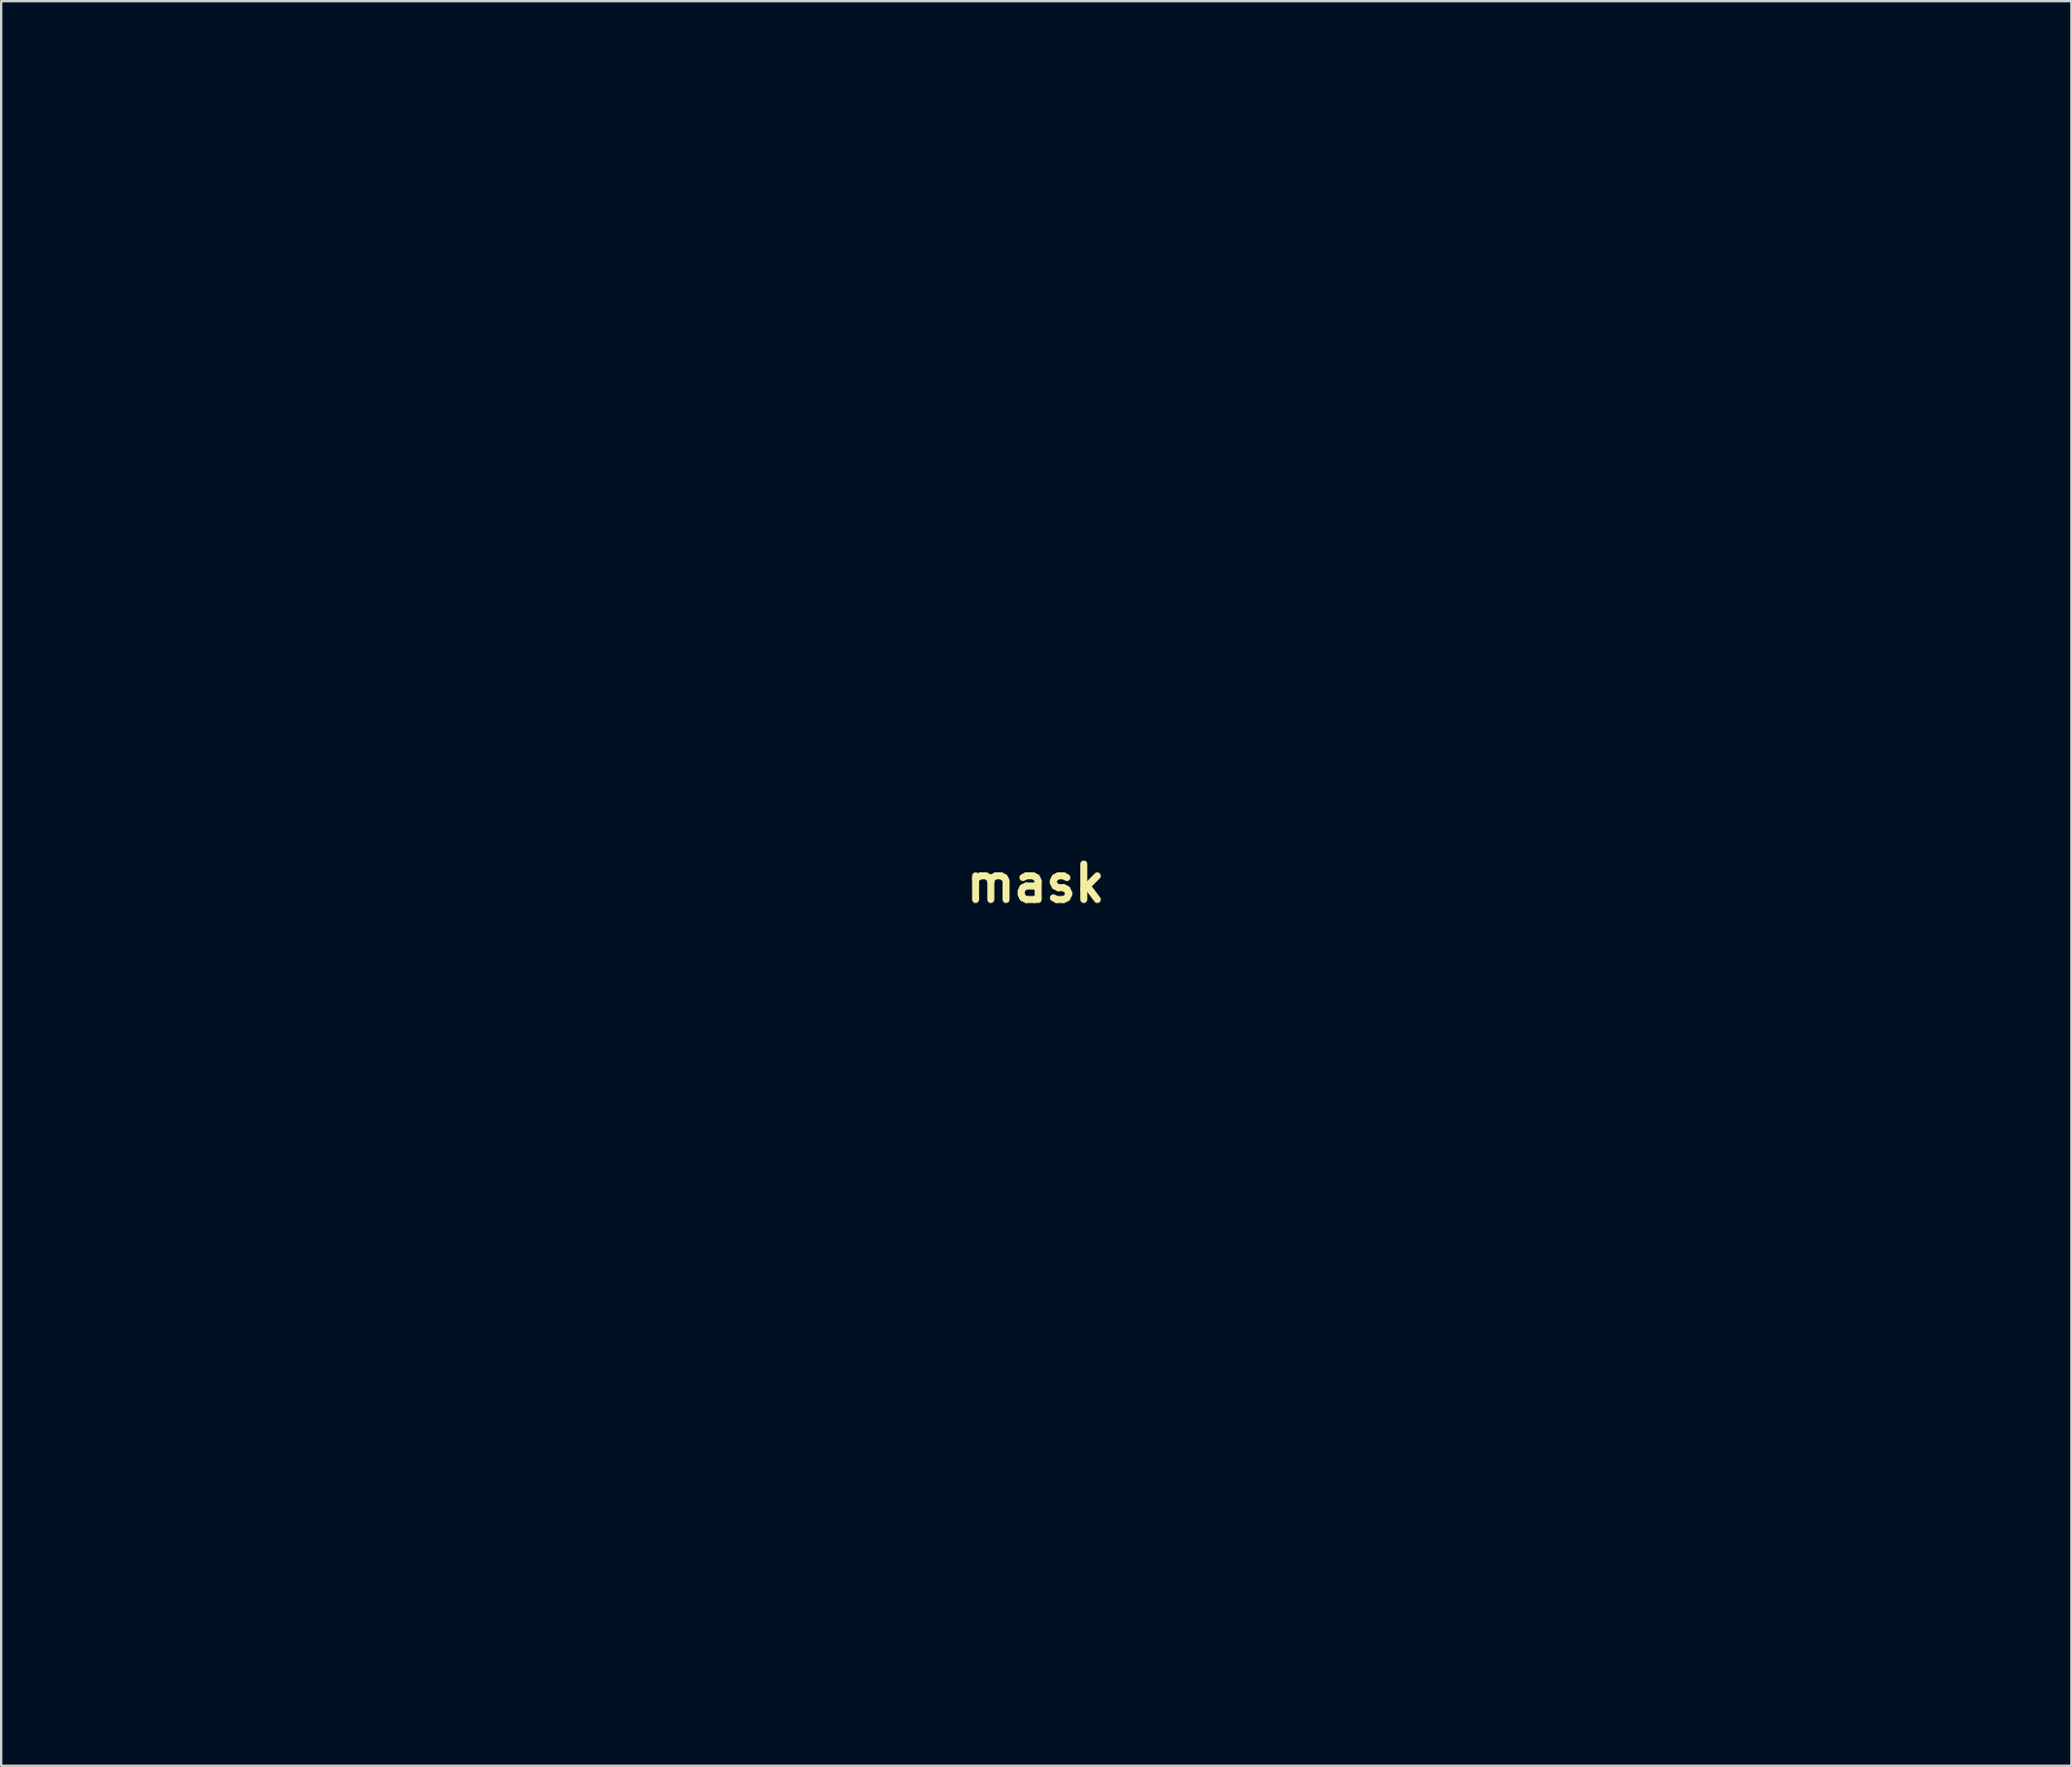
<source format=kicad_pcb>
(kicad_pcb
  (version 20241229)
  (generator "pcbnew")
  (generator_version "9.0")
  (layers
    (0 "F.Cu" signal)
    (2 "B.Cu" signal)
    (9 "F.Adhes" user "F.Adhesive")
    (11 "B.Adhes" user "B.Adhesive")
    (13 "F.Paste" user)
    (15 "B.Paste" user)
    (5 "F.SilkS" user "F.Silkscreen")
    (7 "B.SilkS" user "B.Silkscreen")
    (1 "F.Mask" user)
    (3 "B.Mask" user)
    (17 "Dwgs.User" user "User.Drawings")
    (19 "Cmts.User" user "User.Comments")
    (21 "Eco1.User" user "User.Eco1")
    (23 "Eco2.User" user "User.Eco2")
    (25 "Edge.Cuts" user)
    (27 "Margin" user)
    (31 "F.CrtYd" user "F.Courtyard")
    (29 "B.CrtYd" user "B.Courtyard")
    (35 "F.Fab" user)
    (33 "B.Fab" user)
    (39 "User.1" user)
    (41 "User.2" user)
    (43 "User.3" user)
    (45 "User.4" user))
  (footprint "mask"
    (layer "F.Cu")
    (at 41.409 34.883)
    (property "Reference" "mask" (at 0 0 0) (layer "F.SilkS") (effects (font (size 1.524 1.524) (thickness 0.3))))
    (attr board_only exclude_from_pos_files exclude_from_bom)
    (fp_poly (pts (xy 0.079 1.076) (xy 0.501 1.088) (xy 0.843 1.107) (xy 1.047 1.129) (xy 1.265 1.157) (xy 1.563 1.19) (xy 1.909 1.225) (xy 2.269 1.259) (xy 2.433 1.274) (xy 2.792 1.308) (xy 3.155 1.346) (xy 3.487 1.386) (xy 3.756 1.422) (xy 3.847 1.437) (xy 4.123 1.484) (xy 4.406 1.533) (xy 4.642 1.573) (xy 4.667 1.578) (xy 4.921 1.612) (xy 5.193 1.633) (xy 5.323 1.637) (xy 5.566 1.653) (xy 5.819 1.696) (xy 5.917 1.721) (xy 6.133 1.772) (xy 6.35 1.803) (xy 6.421 1.806) (xy 6.622 1.825) (xy 6.846 1.869) (xy 6.905 1.886) (xy 7.093 1.93) (xy 7.341 1.971) (xy 7.599 2.002) (xy 7.613 2.003) (xy 7.873 2.033) (xy 8.132 2.075) (xy 8.334 2.12) (xy 8.34 2.122) (xy 8.575 2.171) (xy 8.825 2.199) (xy 8.899 2.201) (xy 9.116 2.213) (xy 9.325 2.242) (xy 9.384 2.256) (xy 9.573 2.297) (xy 9.794 2.335) (xy 9.858 2.344) (xy 10.128 2.378) (xy 10.094 2.925) (xy 10.07 3.203) (xy 10.035 3.475) (xy 9.995 3.698) (xy 9.98 3.762) (xy 9.931 3.999) (xy 9.903 4.251) (xy 9.9 4.337) (xy 9.889 4.536) (xy 9.861 4.709) (xy 9.845 4.764) (xy 9.82 4.873) (xy 9.791 5.068) (xy 9.76 5.324) (xy 9.732 5.613) (xy 9.728 5.657) (xy 9.697 5.97) (xy 9.66 6.273) (xy 9.622 6.533) (xy 9.585 6.716) (xy 9.584 6.721) (xy 9.538 6.946) (xy 9.509 7.17) (xy 9.504 7.27) (xy 9.49 7.487) (xy 9.455 7.714) (xy 9.448 7.746) (xy 9.425 7.88) (xy 9.397 8.103) (xy 9.364 8.392) (xy 9.331 8.724) (xy 9.304 9.031) (xy 9.26 9.53) (xy 9.215 10.006) (xy 9.17 10.446) (xy 9.127 10.833) (xy 9.087 11.151) (xy 9.054 11.387) (xy 9.029 11.515) (xy 9.013 11.621) (xy 8.992 11.814) (xy 8.968 12.072) (xy 8.945 12.368) (xy 8.937 12.474) (xy 8.911 12.794) (xy 8.879 13.098) (xy 8.845 13.358) (xy 8.812 13.542) (xy 8.804 13.573) (xy 8.729 13.853) (xy 8.253 13.95) (xy 7.985 14.008) (xy 7.713 14.072) (xy 7.491 14.13) (xy 7.467 14.137) (xy 7.239 14.193) (xy 6.966 14.248) (xy 6.76 14.281) (xy 6.564 14.309) (xy 6.383 14.339) (xy 6.193 14.375) (xy 5.966 14.423) (xy 5.677 14.488) (xy 5.362 14.561) (xy 5.089 14.615) (xy 4.81 14.656) (xy 4.577 14.675) (xy 4.537 14.676) (xy 4.295 14.69) (xy 4.048 14.728) (xy 3.937 14.756) (xy 3.768 14.793) (xy 3.523 14.829) (xy 3.239 14.859) (xy 3.037 14.875) (xy 2.731 14.899) (xy 2.419 14.932) (xy 2.147 14.969) (xy 2.019 14.992) (xy 1.768 15.03) (xy 1.465 15.059) (xy 1.172 15.071) (xy 1.142 15.071) (xy 0.889 15.077) (xy 0.656 15.093) (xy 0.483 15.116) (xy 0.453 15.123) (xy 0.315 15.143) (xy 0.082 15.161) (xy -0.228 15.177) (xy -0.597 15.189) (xy -1.006 15.197) (xy -1.438 15.202) (xy -1.875 15.203) (xy -2.298 15.2) (xy -2.689 15.192) (xy -2.998 15.18) (xy -3.495 15.154) (xy -3.945 15.125) (xy -4.337 15.096) (xy -4.658 15.066) (xy -4.897 15.037) (xy -5.04 15.01) (xy -5.072 14.998) (xy -5.151 14.978) (xy -5.319 14.954) (xy -5.551 14.928) (xy -5.823 14.903) (xy -5.836 14.902) (xy -6.745 14.802) (xy -7.611 14.651) (xy -7.92 14.581) (xy -8.166 14.525) (xy -8.419 14.472) (xy -8.57 14.444) (xy -9.104 14.343) (xy -9.714 14.209) (xy -10.211 14.09) (xy -10.476 14.025) (xy -10.725 13.966) (xy -10.922 13.92) (xy -10.996 13.904) (xy -11.122 13.869) (xy -11.2 13.813) (xy -11.258 13.705) (xy -11.313 13.54) (xy -11.355 13.355) (xy -11.396 13.093) (xy -11.43 12.792) (xy -11.451 12.524) (xy -11.471 12.227) (xy -11.498 11.946) (xy -11.526 11.713) (xy -11.551 11.571) (xy -11.582 11.401) (xy -11.615 11.159) (xy -11.644 10.886) (xy -11.656 10.753) (xy -11.684 10.432) (xy -11.717 10.08) (xy -11.751 9.759) (xy -11.76 9.68) (xy -11.79 9.41) (xy -11.824 9.074) (xy -11.857 8.721) (xy -11.88 8.467) (xy -11.928 7.947) (xy -11.971 7.526) (xy -12.013 7.19) (xy -12.055 6.927) (xy -12.097 6.721) (xy -12.098 6.717) (xy -12.131 6.549) (xy -12.171 6.278) (xy -12.219 5.917) (xy -12.271 5.475) (xy -12.328 4.963) (xy -12.385 4.428) (xy -12.41 4.221) (xy -12.438 4.057) (xy -12.463 3.969) (xy -12.464 3.968) (xy -12.481 3.897) (xy -12.507 3.742) (xy -12.537 3.528) (xy -12.57 3.279) (xy -12.601 3.021) (xy -12.628 2.779) (xy -12.648 2.576) (xy -12.658 2.439) (xy -12.656 2.393) (xy -12.595 2.378) (xy -12.446 2.352) (xy -12.234 2.319) (xy -11.983 2.282) (xy -11.717 2.246) (xy -11.461 2.214) (xy -11.371 2.203) (xy -11.143 2.172) (xy -10.942 2.136) (xy -10.81 2.102) (xy -10.805 2.1) (xy -10.683 2.07) (xy -10.486 2.038) (xy -10.25 2.01) (xy -10.187 2.004) (xy -9.942 1.978) (xy -9.72 1.946) (xy -9.56 1.914) (xy -9.536 1.907) (xy -9.386 1.871) (xy -9.175 1.833) (xy -8.995 1.807) (xy -8.723 1.77) (xy -8.424 1.726) (xy -8.259 1.701) (xy -8.038 1.668) (xy -7.75 1.63) (xy -7.444 1.594) (xy -7.298 1.578) (xy -6.859 1.529) (xy -6.508 1.483) (xy -6.223 1.437) (xy -5.979 1.387) (xy -5.883 1.365) (xy -5.652 1.321) (xy -5.323 1.28) (xy -4.911 1.241) (xy -4.43 1.205) (xy -3.896 1.172) (xy -3.324 1.143) (xy -2.728 1.118) (xy -2.124 1.098) (xy -1.526 1.083) (xy -0.949 1.074) (xy -0.409 1.072)) (stroke (width 0) (type solid)) (fill yes) (layer "F.Mask"))
    (fp_poly (pts (xy 41.466 34.883) (xy 29.17 34.883) (xy 29.431 34.633) (xy 29.664 34.336) (xy 29.811 33.988) (xy 29.871 33.613) (xy 29.843 33.234) (xy 29.726 32.874) (xy 29.52 32.559) (xy 29.328 32.368) (xy 29.07 32.15) (xy 28.774 31.926) (xy 28.47 31.716) (xy 28.185 31.541) (xy 27.947 31.421) (xy 27.91 31.406) (xy 27.729 31.323) (xy 27.504 31.2) (xy 27.281 31.064) (xy 27.273 31.059) (xy 26.884 30.825) (xy 26.444 30.597) (xy 26.004 30.401) (xy 25.743 30.302) (xy 25.528 30.219) (xy 25.322 30.124) (xy 25.234 30.077) (xy 25.008 29.958) (xy 24.694 29.815) (xy 24.313 29.656) (xy 23.885 29.488) (xy 23.431 29.32) (xy 22.971 29.159) (xy 22.526 29.013) (xy 22.345 28.958) (xy 21.932 28.827) (xy 21.548 28.695) (xy 21.226 28.571) (xy 21.12 28.527) (xy 20.972 28.472) (xy 20.856 28.448) (xy 20.852 28.448) (xy 20.76 28.43) (xy 20.592 28.382) (xy 20.377 28.312) (xy 20.266 28.274) (xy 20.006 28.189) (xy 19.749 28.114) (xy 19.539 28.063) (xy 19.488 28.053) (xy 19.298 28.013) (xy 19.048 27.951) (xy 18.784 27.879) (xy 18.725 27.861) (xy 18.494 27.796) (xy 18.295 27.746) (xy 18.159 27.719) (xy 18.131 27.716) (xy 18.022 27.7) (xy 17.843 27.659) (xy 17.632 27.601) (xy 17.622 27.598) (xy 17.233 27.484) (xy 16.933 27.4) (xy 16.705 27.341) (xy 16.53 27.302) (xy 16.462 27.289) (xy 16.299 27.259) (xy 16.08 27.216) (xy 15.896 27.177) (xy 15.531 27.1) (xy 15.25 27.044) (xy 15.027 27.003) (xy 14.835 26.973) (xy 14.647 26.949) (xy 14.625 26.946) (xy 14.405 26.912) (xy 14.201 26.864) (xy 14.104 26.831) (xy 13.92 26.78) (xy 13.714 26.755) (xy 13.688 26.755) (xy 13.512 26.741) (xy 13.371 26.707) (xy 13.35 26.698) (xy 13.254 26.669) (xy 13.072 26.634) (xy 12.83 26.596) (xy 12.565 26.562) (xy 12.295 26.528) (xy 12.064 26.493) (xy 11.895 26.462) (xy 11.814 26.439) (xy 11.725 26.412) (xy 11.558 26.383) (xy 11.345 26.357) (xy 11.316 26.354) (xy 11.031 26.324) (xy 10.72 26.285) (xy 10.494 26.252) (xy 10.238 26.218) (xy 9.931 26.185) (xy 9.634 26.159) (xy 9.603 26.157) (xy 9.108 26.124) (xy 9.108 23.8) (xy 9.109 23.232) (xy 9.112 22.641) (xy 9.116 22.052) (xy 9.122 21.485) (xy 9.129 20.965) (xy 9.137 20.512) (xy 9.145 20.161) (xy 9.183 18.844) (xy 9.662 18.439) (xy 9.906 18.226) (xy 10.163 17.991) (xy 10.393 17.771) (xy 10.487 17.675) (xy 10.691 17.464) (xy 10.909 17.239) (xy 11.097 17.045) (xy 11.116 17.025) (xy 11.568 16.557) (xy 11.948 16.158) (xy 12.264 15.818) (xy 12.527 15.529) (xy 12.745 15.279) (xy 12.926 15.06) (xy 12.962 15.014) (xy 13.154 14.774) (xy 13.354 14.528) (xy 13.531 14.312) (xy 13.605 14.224) (xy 13.779 14.012) (xy 13.974 13.764) (xy 14.132 13.556) (xy 14.303 13.326) (xy 14.489 13.076) (xy 14.635 12.879) (xy 14.819 12.623) (xy 15.041 12.303) (xy 15.279 11.95) (xy 15.513 11.596) (xy 15.721 11.273) (xy 15.857 11.053) (xy 16.005 10.808) (xy 16.171 10.534) (xy 16.295 10.329) (xy 16.407 10.135) (xy 16.549 9.872) (xy 16.704 9.574) (xy 16.854 9.275) (xy 16.862 9.257) (xy 16.993 8.99) (xy 17.111 8.752) (xy 17.204 8.566) (xy 17.262 8.453) (xy 17.269 8.438) (xy 17.353 8.281) (xy 17.464 8.06) (xy 17.59 7.804) (xy 17.716 7.542) (xy 17.829 7.301) (xy 17.915 7.11) (xy 17.957 7.01) (xy 18.014 6.857) (xy 18.095 6.639) (xy 18.184 6.4) (xy 18.201 6.354) (xy 18.294 6.12) (xy 18.372 5.971) (xy 18.451 5.882) (xy 18.532 5.835) (xy 18.655 5.782) (xy 18.85 5.698) (xy 19.084 5.598) (xy 19.218 5.541) (xy 19.605 5.361) (xy 19.948 5.166) (xy 20.263 4.942) (xy 20.568 4.674) (xy 20.877 4.349) (xy 21.207 3.952) (xy 21.561 3.487) (xy 21.708 3.263) (xy 21.88 2.962) (xy 22.062 2.612) (xy 22.242 2.241) (xy 22.405 1.879) (xy 22.536 1.553) (xy 22.596 1.383) (xy 22.654 1.201) (xy 22.734 0.954) (xy 22.822 0.683) (xy 22.86 0.564) (xy 22.964 0.176) (xy 23.042 -0.277) (xy 23.095 -0.807) (xy 23.126 -1.425) (xy 23.135 -1.998) (xy 23.137 -2.613) (xy 23.717 -3.183) (xy 24.024 -3.489) (xy 24.333 -3.805) (xy 24.633 -4.118) (xy 24.911 -4.415) (xy 25.156 -4.683) (xy 25.356 -4.91) (xy 25.499 -5.083) (xy 25.572 -5.186) (xy 25.67 -5.344) (xy 25.785 -5.506) (xy 25.786 -5.508) (xy 25.965 -5.744) (xy 26.146 -5.996) (xy 26.315 -6.24) (xy 26.455 -6.454) (xy 26.553 -6.616) (xy 26.587 -6.685) (xy 26.615 -6.816) (xy 26.635 -7.018) (xy 26.644 -7.249) (xy 26.644 -7.271) (xy 26.634 -7.544) (xy 26.597 -7.757) (xy 26.523 -7.962) (xy 26.499 -8.015) (xy 26.373 -8.256) (xy 26.24 -8.436) (xy 26.068 -8.585) (xy 25.83 -8.732) (xy 25.721 -8.791) (xy 25.334 -8.994) (xy 25.549 -9.098) (xy 25.871 -9.317) (xy 26.14 -9.631) (xy 26.35 -10.035) (xy 26.45 -10.329) (xy 26.508 -10.527) (xy 26.564 -10.71) (xy 26.579 -10.753) (xy 26.649 -10.962) (xy 26.705 -11.135) (xy 26.749 -11.289) (xy 26.783 -11.439) (xy 26.807 -11.599) (xy 26.823 -11.786) (xy 26.833 -12.014) (xy 26.839 -12.3) (xy 26.841 -12.658) (xy 26.841 -13.104) (xy 26.841 -13.434) (xy 26.841 -13.961) (xy 26.839 -14.388) (xy 26.835 -14.728) (xy 26.827 -14.996) (xy 26.817 -15.203) (xy 26.802 -15.363) (xy 26.782 -15.49) (xy 26.758 -15.596) (xy 26.744 -15.644) (xy 26.688 -15.852) (xy 26.652 -16.044) (xy 26.645 -16.137) (xy 26.624 -16.308) (xy 26.573 -16.499) (xy 26.564 -16.523) (xy 26.508 -16.714) (xy 26.462 -16.94) (xy 26.451 -17.018) (xy 26.413 -17.22) (xy 26.347 -17.469) (xy 26.273 -17.695) (xy 26.193 -17.922) (xy 26.123 -18.135) (xy 26.077 -18.288) (xy 26.026 -18.455) (xy 25.953 -18.667) (xy 25.904 -18.796) (xy 25.814 -19.031) (xy 25.721 -19.279) (xy 25.68 -19.389) (xy 25.605 -19.569) (xy 25.486 -19.829) (xy 25.331 -20.147) (xy 25.153 -20.505) (xy 24.96 -20.882) (xy 24.763 -21.258) (xy 24.573 -21.615) (xy 24.399 -21.931) (xy 24.252 -22.187) (xy 24.163 -22.331) (xy 23.893 -22.739) (xy 23.638 -23.107) (xy 23.372 -23.472) (xy 23.067 -23.869) (xy 22.925 -24.051) (xy 22.757 -24.265) (xy 22.577 -24.497) (xy 22.466 -24.639) (xy 22.276 -24.867) (xy 22.019 -25.147) (xy 21.712 -25.466) (xy 21.37 -25.806) (xy 21.009 -26.154) (xy 20.646 -26.494) (xy 20.296 -26.812) (xy 19.975 -27.09) (xy 19.699 -27.316) (xy 19.488 -27.47) (xy 19.318 -27.586) (xy 19.162 -27.694) (xy 19.121 -27.724) (xy 18.98 -27.822) (xy 18.744 -27.981) (xy 18.415 -28.199) (xy 18.004 -28.469) (xy 17.82 -28.589) (xy 17.963 -28.694) (xy 18.138 -28.885) (xy 18.28 -29.173) (xy 18.383 -29.537) (xy 18.423 -29.925) (xy 18.367 -30.288) (xy 18.233 -30.621) (xy 18.059 -30.916) (xy 17.876 -31.122) (xy 17.678 -31.256) (xy 17.554 -31.33) (xy 17.373 -31.451) (xy 17.17 -31.596) (xy 17.112 -31.638) (xy 16.861 -31.812) (xy 16.574 -31.989) (xy 16.311 -32.133) (xy 16.297 -32.14) (xy 16.044 -32.269) (xy 15.779 -32.412) (xy 15.559 -32.539) (xy 15.554 -32.542) (xy 15.384 -32.641) (xy 15.251 -32.712) (xy 15.185 -32.738) (xy 15.116 -32.762) (xy 14.976 -32.826) (xy 14.791 -32.918) (xy 14.757 -32.935) (xy 14.564 -33.031) (xy 14.404 -33.101) (xy 14.308 -33.133) (xy 14.301 -33.133) (xy 14.203 -33.159) (xy 14.067 -33.221) (xy 14.058 -33.225) (xy 13.917 -33.29) (xy 13.692 -33.381) (xy 13.409 -33.487) (xy 13.092 -33.601) (xy 12.765 -33.713) (xy 12.452 -33.814) (xy 12.445 -33.816) (xy 12.186 -33.897) (xy 11.906 -33.986) (xy 11.738 -34.04) (xy 11.53 -34.099) (xy 11.34 -34.138) (xy 11.238 -34.149) (xy 11.089 -34.164) (xy 10.891 -34.204) (xy 10.785 -34.231) (xy 10.597 -34.273) (xy 10.34 -34.318) (xy 10.056 -34.359) (xy 9.928 -34.374) (xy 9.629 -34.407) (xy 9.319 -34.443) (xy 9.049 -34.476) (xy 8.966 -34.487) (xy 8.568 -34.522) (xy 8.089 -34.536) (xy 7.551 -34.531) (xy 6.973 -34.508) (xy 6.378 -34.47) (xy 5.784 -34.418) (xy 5.212 -34.354) (xy 4.684 -34.278) (xy 4.219 -34.194) (xy 3.837 -34.102) (xy 3.705 -34.061) (xy 3.512 -34.009) (xy 3.277 -33.963) (xy 3.168 -33.947) (xy 2.951 -33.905) (xy 2.69 -33.833) (xy 2.461 -33.754) (xy 2.197 -33.657) (xy 1.91 -33.561) (xy 1.697 -33.498) (xy 1.419 -33.412) (xy 1.102 -33.299) (xy 0.787 -33.174) (xy 0.514 -33.053) (xy 0.383 -32.987) (xy 0.276 -32.934) (xy 0.089 -32.848) (xy -0.155 -32.738) (xy -0.432 -32.616) (xy -0.524 -32.576) (xy -1.277 -32.25) (xy -2.046 -32.621) (xy -2.385 -32.784) (xy -2.644 -32.907) (xy -2.846 -33) (xy -3.012 -33.072) (xy -3.164 -33.133) (xy -3.324 -33.193) (xy -3.394 -33.219) (xy -3.752 -33.343) (xy -4.038 -33.433) (xy -4.284 -33.497) (xy -4.469 -33.535) (xy -4.713 -33.585) (xy -4.967 -33.645) (xy -5.063 -33.671) (xy -5.229 -33.71) (xy -5.475 -33.76) (xy -5.767 -33.813) (xy -6.073 -33.864) (xy -6.081 -33.865) (xy -6.465 -33.912) (xy -6.92 -33.948) (xy -7.421 -33.972) (xy -7.943 -33.983) (xy -8.46 -33.983) (xy -8.946 -33.97) (xy -9.376 -33.944) (xy -9.725 -33.906) (xy -9.787 -33.896) (xy -10.189 -33.824) (xy -10.492 -33.765) (xy -10.708 -33.716) (xy -10.849 -33.674) (xy -10.905 -33.65) (xy -11.014 -33.616) (xy -11.19 -33.582) (xy -11.319 -33.565) (xy -11.536 -33.527) (xy -11.802 -33.462) (xy -12.054 -33.385) (xy -12.29 -33.307) (xy -12.515 -33.236) (xy -12.682 -33.188) (xy -12.69 -33.186) (xy -12.861 -33.129) (xy -13.076 -33.041) (xy -13.227 -32.97) (xy -13.422 -32.877) (xy -13.596 -32.802) (xy -13.69 -32.767) (xy -13.825 -32.716) (xy -14.028 -32.626) (xy -14.277 -32.509) (xy -14.55 -32.375) (xy -14.826 -32.234) (xy -15.084 -32.099) (xy -15.302 -31.979) (xy -15.458 -31.886) (xy -15.529 -31.834) (xy -15.63 -31.75) (xy -15.701 -31.722) (xy -15.78 -31.69) (xy -15.918 -31.607) (xy -16.074 -31.499) (xy -16.419 -31.242) (xy -16.765 -30.979) (xy -17.091 -30.727) (xy -17.376 -30.502) (xy -17.598 -30.32) (xy -17.659 -30.268) (xy -17.809 -30.145) (xy -17.927 -30.058) (xy -17.985 -30.028) (xy -18.039 -29.99) (xy -18.158 -29.885) (xy -18.328 -29.728) (xy -18.533 -29.532) (xy -18.759 -29.311) (xy -18.993 -29.08) (xy -19.218 -28.853) (xy -19.423 -28.643) (xy -19.591 -28.466) (xy -19.675 -28.373) (xy -19.818 -28.2) (xy -19.94 -28.033) (xy -20 -27.935) (xy -20.071 -27.823) (xy -20.127 -27.771) (xy -20.13 -27.771) (xy -20.184 -27.729) (xy -20.293 -27.616) (xy -20.44 -27.449) (xy -20.61 -27.246) (xy -20.789 -27.025) (xy -20.947 -26.821) (xy -21.047 -26.684) (xy -21.19 -26.477) (xy -21.359 -26.228) (xy -21.537 -25.962) (xy -21.706 -25.706) (xy -21.849 -25.485) (xy -21.925 -25.364) (xy -22.01 -25.231) (xy -22.133 -25.041) (xy -22.271 -24.833) (xy -22.293 -24.799) (xy -22.386 -24.649) (xy -22.507 -24.436) (xy -22.646 -24.18) (xy -22.793 -23.9) (xy -22.939 -23.616) (xy -23.073 -23.347) (xy -23.185 -23.113) (xy -23.266 -22.933) (xy -23.305 -22.828) (xy -23.307 -22.814) (xy -23.331 -22.747) (xy -23.394 -22.605) (xy -23.486 -22.411) (xy -23.543 -22.296) (xy -23.659 -22.047) (xy -23.763 -21.797) (xy -23.836 -21.59) (xy -23.85 -21.536) (xy -23.905 -21.337) (xy -23.983 -21.085) (xy -24.066 -20.834) (xy -24.068 -20.828) (xy -24.215 -20.402) (xy -24.329 -20.062) (xy -24.417 -19.788) (xy -24.485 -19.56) (xy -24.538 -19.358) (xy -24.583 -19.162) (xy -24.624 -18.951) (xy -24.642 -18.852) (xy -24.688 -18.58) (xy -24.74 -18.249) (xy -24.789 -17.912) (xy -24.811 -17.752) (xy -24.851 -17.46) (xy -24.893 -17.174) (xy -24.932 -16.933) (xy -24.952 -16.82) (xy -24.978 -16.628) (xy -25 -16.343) (xy -25.018 -15.989) (xy -25.033 -15.586) (xy -25.042 -15.156) (xy -25.047 -14.72) (xy -25.047 -14.3) (xy -25.041 -13.918) (xy -25.029 -13.593) (xy -25.011 -13.349) (xy -24.949 -12.782) (xy -24.896 -12.317) (xy -24.851 -11.948) (xy -24.813 -11.663) (xy -24.782 -11.455) (xy -24.755 -11.314) (xy -24.731 -11.232) (xy -24.731 -11.231) (xy -24.695 -11.117) (xy -24.644 -10.924) (xy -24.587 -10.684) (xy -24.551 -10.527) (xy -24.489 -10.255) (xy -24.423 -9.994) (xy -24.365 -9.785) (xy -24.34 -9.708) (xy -24.272 -9.517) (xy -24.179 -9.265) (xy -24.07 -8.979) (xy -23.957 -8.683) (xy -23.85 -8.407) (xy -23.758 -8.174) (xy -23.692 -8.013) (xy -23.678 -7.98) (xy -23.631 -7.857) (xy -23.646 -7.79) (xy -23.733 -7.732) (xy -23.737 -7.73) (xy -23.886 -7.614) (xy -24.066 -7.417) (xy -24.262 -7.158) (xy -24.413 -6.927) (xy -24.538 -6.727) (xy -24.686 -6.493) (xy -24.787 -6.334) (xy -24.904 -6.118) (xy -25.035 -5.821) (xy -25.168 -5.473) (xy -25.293 -5.103) (xy -25.4 -4.74) (xy -25.448 -4.544) (xy -25.503 -4.279) (xy -25.546 -4.007) (xy -25.578 -3.71) (xy -25.601 -3.37) (xy -25.615 -2.969) (xy -25.623 -2.488) (xy -25.625 -2.023) (xy -25.623 -1.474) (xy -25.614 -1.02) (xy -25.596 -0.644) (xy -25.567 -0.328) (xy -25.527 -0.055) (xy -25.472 0.193) (xy -25.401 0.433) (xy -25.356 0.564) (xy -25.278 0.796) (xy -25.195 1.066) (xy -25.144 1.242) (xy -25.094 1.417) (xy -25.043 1.577) (xy -24.981 1.741) (xy -24.9 1.932) (xy -24.792 2.168) (xy -24.648 2.472) (xy -24.533 2.711) (xy -24.31 3.137) (xy -24.083 3.493) (xy -23.834 3.809) (xy -23.481 4.204) (xy -23.143 4.557) (xy -22.837 4.852) (xy -22.597 5.057) (xy -22.328 5.241) (xy -22 5.427) (xy -21.657 5.595) (xy -21.341 5.72) (xy -21.233 5.754) (xy -21.058 5.809) (xy -20.949 5.874) (xy -20.874 5.982) (xy -20.8 6.163) (xy -20.794 6.181) (xy -20.589 6.703) (xy -20.334 7.284) (xy -20.027 7.93) (xy -19.868 8.256) (xy -19.693 8.617) (xy -19.527 8.962) (xy -19.413 9.2) (xy -19.278 9.473) (xy -19.136 9.74) (xy -19.007 9.966) (xy -18.932 10.083) (xy -18.807 10.274) (xy -18.697 10.461) (xy -18.645 10.563) (xy -18.448 10.939) (xy -18.175 11.368) (xy -17.997 11.621) (xy -17.806 11.887) (xy -17.576 12.215) (xy -17.33 12.573) (xy -17.089 12.927) (xy -16.958 13.123) (xy -16.708 13.473) (xy -16.376 13.897) (xy -16.212 14.098) (xy -16.07 14.274) (xy -15.896 14.498) (xy -15.721 14.728) (xy -15.686 14.774) (xy -15.547 14.955) (xy -15.43 15.095) (xy -15.352 15.174) (xy -15.335 15.184) (xy -15.283 15.225) (xy -15.176 15.338) (xy -15.027 15.508) (xy -14.852 15.716) (xy -14.815 15.762) (xy -14.446 16.19) (xy -14.003 16.663) (xy -13.503 17.164) (xy -12.965 17.674) (xy -12.408 18.175) (xy -12.343 18.232) (xy -11.66 18.824) (xy -11.653 26.124) (xy -12.148 26.156) (xy -12.44 26.181) (xy -12.749 26.214) (xy -13.014 26.25) (xy -13.039 26.254) (xy -13.306 26.295) (xy -13.588 26.337) (xy -13.775 26.362) (xy -13.996 26.397) (xy -14.2 26.438) (xy -14.301 26.465) (xy -14.439 26.494) (xy -14.654 26.524) (xy -14.909 26.551) (xy -15.036 26.561) (xy -15.304 26.586) (xy -15.555 26.621) (xy -15.752 26.659) (xy -15.811 26.676) (xy -15.999 26.727) (xy -16.174 26.753) (xy -16.202 26.754) (xy -16.355 26.77) (xy -16.554 26.809) (xy -16.655 26.835) (xy -16.969 26.91) (xy -17.389 26.989) (xy -17.904 27.07) (xy -18.05 27.091) (xy -18.246 27.126) (xy -18.409 27.167) (xy -18.474 27.191) (xy -18.601 27.237) (xy -18.774 27.278) (xy -18.81 27.284) (xy -19.065 27.332) (xy -19.366 27.397) (xy -19.671 27.469) (xy -19.934 27.539) (xy -20.054 27.575) (xy -20.26 27.63) (xy -20.49 27.676) (xy -20.547 27.684) (xy -20.723 27.719) (xy -20.964 27.779) (xy -21.228 27.855) (xy -21.327 27.887) (xy -21.567 27.96) (xy -21.779 28.016) (xy -21.932 28.049) (xy -21.976 28.053) (xy -22.089 28.072) (xy -22.274 28.123) (xy -22.498 28.196) (xy -22.582 28.226) (xy -22.822 28.311) (xy -23.046 28.385) (xy -23.216 28.435) (xy -23.25 28.443) (xy -23.376 28.477) (xy -23.583 28.539) (xy -23.845 28.622) (xy -24.135 28.716) (xy -24.212 28.742) (xy -24.514 28.841) (xy -24.801 28.932) (xy -25.046 29.007) (xy -25.219 29.055) (xy -25.244 29.062) (xy -25.46 29.129) (xy -25.672 29.218) (xy -25.724 29.246) (xy -25.908 29.331) (xy -26.134 29.412) (xy -26.238 29.443) (xy -26.397 29.489) (xy -26.568 29.548) (xy -26.771 29.63) (xy -27.026 29.742) (xy -27.353 29.893) (xy -27.521 29.973) (xy -27.739 30.07) (xy -27.954 30.156) (xy -28.084 30.201) (xy -28.272 30.272) (xy -28.529 30.387) (xy -28.825 30.53) (xy -29.133 30.687) (xy -29.423 30.844) (xy -29.667 30.987) (xy -29.756 31.044) (xy -29.985 31.185) (xy -30.239 31.324) (xy -30.388 31.397) (xy -30.648 31.533) (xy -30.957 31.721) (xy -31.281 31.938) (xy -31.585 32.161) (xy -31.835 32.367) (xy -31.893 32.42) (xy -32.131 32.686) (xy -32.281 32.961) (xy -32.358 33.276) (xy -32.375 33.615) (xy -32.364 33.882) (xy -32.334 34.081) (xy -32.273 34.256) (xy -32.225 34.358) (xy -32.114 34.543) (xy -31.988 34.7) (xy -31.922 34.762) (xy -31.764 34.879) (xy -36.587 34.881) (xy -41.409 34.883) (xy -41.409 -34.883) (xy 41.466 -34.883)) (stroke (width 0) (type solid)) (fill yes) (layer "F.Mask")))
  (gr_rect
    (start -3 -3)
    (end 85.875 72.765)
    (stroke (width 0.1) (type default))
    (fill no)
    (layer "Edge.Cuts")))
</source>
